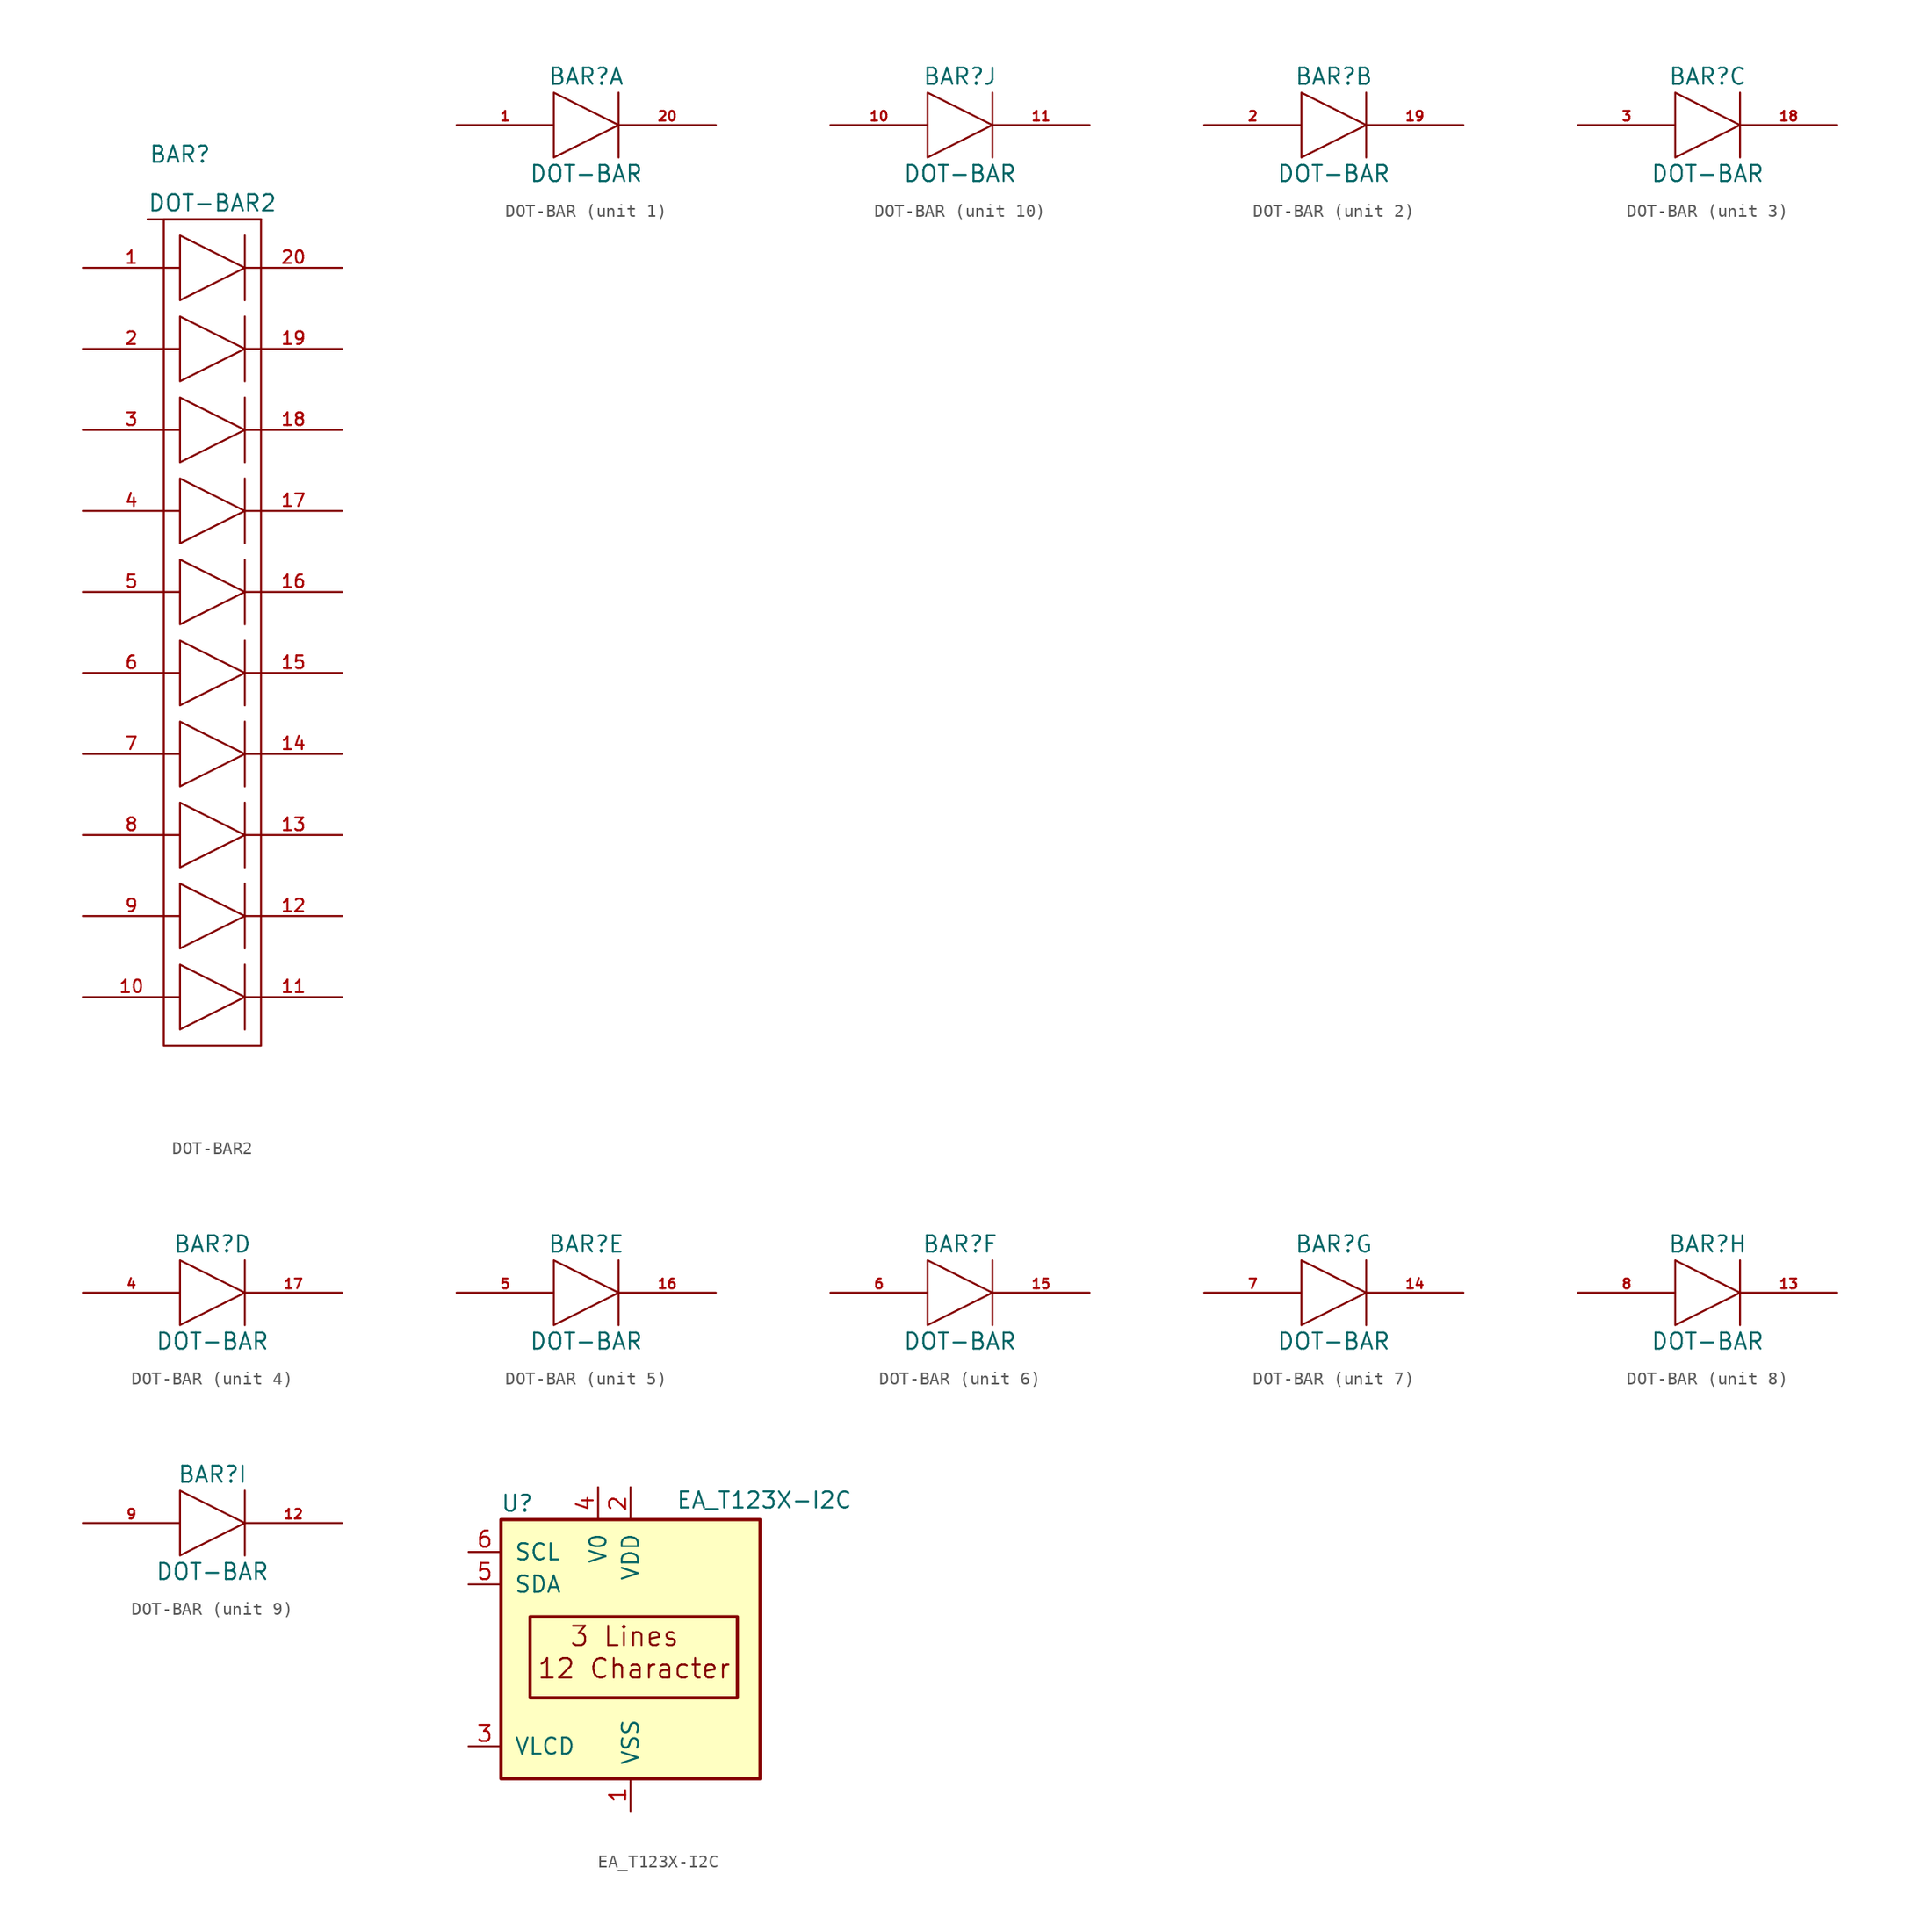
<source format=kicad_sym>
(kicad_symbol_lib
  (version 20231120)
  (generator "kicad_symbol_editor")
  (generator_version "8.0")
  (symbol "DOT-BAR2"
    (pin_names
      (offset 1.016) hide)
    (property "Reference" "BAR"
      (at -2.54 36.83 0)
      (effects (font (size 1.27 1.27))))
    (property "Value" "DOT-BAR2"
      (at 0 33.02 0)
      (effects (font (size 1.27 1.27))))
    (symbol "DOT-BAR2_0_1"
      (rectangle (start -5.08 31.75) (end 3.81 31.75) (stroke (width 0) (type default)) (fill (type none)))
      (rectangle (start -3.81 31.75) (end 3.81 -33.02) (stroke (width 0) (type default)) (fill (type none)))
      (polyline (pts (xy 2.54 -31.75) (xy 2.54 -26.67) (xy 2.54 -26.67)) (stroke (width 0) (type default)) (fill (type none)))
      (polyline (pts (xy 2.54 -25.4) (xy 2.54 -20.32) (xy 2.54 -20.32)) (stroke (width 0) (type default)) (fill (type none)))
      (polyline (pts (xy 2.54 -19.05) (xy 2.54 -13.97) (xy 2.54 -13.97)) (stroke (width 0) (type default)) (fill (type none)))
      (polyline (pts (xy 2.54 -12.7) (xy 2.54 -7.62) (xy 2.54 -7.62)) (stroke (width 0) (type default)) (fill (type none)))
      (polyline (pts (xy 2.54 -6.35) (xy 2.54 -1.27) (xy 2.54 -1.27)) (stroke (width 0) (type default)) (fill (type none)))
      (polyline (pts (xy 2.54 0) (xy 2.54 5.08) (xy 2.54 5.08)) (stroke (width 0) (type default)) (fill (type none)))
      (polyline (pts (xy 2.54 6.35) (xy 2.54 11.43) (xy 2.54 11.43)) (stroke (width 0) (type default)) (fill (type none)))
      (polyline (pts (xy 2.54 12.7) (xy 2.54 17.78) (xy 2.54 17.78)) (stroke (width 0) (type default)) (fill (type none)))
      (polyline (pts (xy 2.54 19.05) (xy 2.54 24.13) (xy 2.54 24.13)) (stroke (width 0) (type default)) (fill (type none)))
      (polyline (pts (xy 2.54 25.4) (xy 2.54 30.48) (xy 2.54 30.48)) (stroke (width 0) (type default)) (fill (type none)))
      (polyline (pts (xy -2.54 -31.75) (xy -2.54 -26.67) (xy 2.54 -29.21) (xy -2.54 -31.75) (xy -2.54 -31.75)) (stroke (width 0) (type default)) (fill (type none)))
      (polyline (pts (xy -2.54 -25.4) (xy -2.54 -20.32) (xy 2.54 -22.86) (xy -2.54 -25.4) (xy -2.54 -25.4)) (stroke (width 0) (type default)) (fill (type none)))
      (polyline (pts (xy -2.54 -19.05) (xy -2.54 -13.97) (xy 2.54 -16.51) (xy -2.54 -19.05) (xy -2.54 -19.05)) (stroke (width 0) (type default)) (fill (type none)))
      (polyline (pts (xy -2.54 -12.7) (xy -2.54 -7.62) (xy 2.54 -10.16) (xy -2.54 -12.7) (xy -2.54 -12.7)) (stroke (width 0) (type default)) (fill (type none)))
      (polyline (pts (xy -2.54 -6.35) (xy -2.54 -1.27) (xy 2.54 -3.81) (xy -2.54 -6.35) (xy -2.54 -6.35)) (stroke (width 0) (type default)) (fill (type none)))
      (polyline (pts (xy -2.54 0) (xy -2.54 5.08) (xy 2.54 2.54) (xy -2.54 0) (xy -2.54 0)) (stroke (width 0) (type default)) (fill (type none)))
      (polyline (pts (xy -2.54 6.35) (xy -2.54 11.43) (xy 2.54 8.89) (xy -2.54 6.35) (xy -2.54 6.35)) (stroke (width 0) (type default)) (fill (type none)))
      (polyline (pts (xy -2.54 12.7) (xy -2.54 17.78) (xy 2.54 15.24) (xy -2.54 12.7) (xy -2.54 12.7)) (stroke (width 0) (type default)) (fill (type none)))
      (polyline (pts (xy -2.54 19.05) (xy -2.54 24.13) (xy 2.54 21.59) (xy -2.54 19.05) (xy -2.54 19.05)) (stroke (width 0) (type default)) (fill (type none)))
      (polyline (pts (xy -2.54 25.4) (xy -2.54 30.48) (xy 2.54 27.94) (xy -2.54 25.4) (xy -2.54 25.4)) (stroke (width 0) (type default)) (fill (type none))))
    (symbol "DOT-BAR2_1_1"
      (pin passive line (at -10.16 27.94 0) (length 7.62) (name "A" (effects (font (size 0.991 0.991)))) (number "1" (effects (font (size 0.991 0.991)))))
      (pin passive line (at -10.16 -29.21 0) (length 7.62) (name "A" (effects (font (size 0.991 0.991)))) (number "10" (effects (font (size 0.991 0.991)))))
      (pin passive line (at 10.16 -29.21 180) (length 7.62) (name "K" (effects (font (size 0.991 0.991)))) (number "11" (effects (font (size 0.991 0.991)))))
      (pin passive line (at 10.16 -22.86 180) (length 7.62) (name "K" (effects (font (size 0.991 0.991)))) (number "12" (effects (font (size 0.991 0.991)))))
      (pin passive line (at 10.16 -16.51 180) (length 7.62) (name "K" (effects (font (size 0.991 0.991)))) (number "13" (effects (font (size 0.991 0.991)))))
      (pin input line (at 10.16 -10.16 180) (length 7.62) (name "K" (effects (font (size 0.991 0.991)))) (number "14" (effects (font (size 0.991 0.991)))))
      (pin passive line (at 10.16 -3.81 180) (length 7.62) (name "K" (effects (font (size 0.991 0.991)))) (number "15" (effects (font (size 0.991 0.991)))))
      (pin passive line (at 10.16 2.54 180) (length 7.62) (name "K" (effects (font (size 0.991 0.991)))) (number "16" (effects (font (size 0.991 0.991)))))
      (pin passive line (at 10.16 8.89 180) (length 7.62) (name "K" (effects (font (size 0.991 0.991)))) (number "17" (effects (font (size 0.991 0.991)))))
      (pin passive line (at 10.16 15.24 180) (length 7.62) (name "K" (effects (font (size 0.991 0.991)))) (number "18" (effects (font (size 0.991 0.991)))))
      (pin passive line (at 10.16 21.59 180) (length 7.62) (name "K" (effects (font (size 0.991 0.991)))) (number "19" (effects (font (size 0.991 0.991)))))
      (pin passive line (at -10.16 21.59 0) (length 7.62) (name "A" (effects (font (size 0.991 0.991)))) (number "2" (effects (font (size 0.991 0.991)))))
      (pin passive line (at 10.16 27.94 180) (length 7.62) (name "K" (effects (font (size 0.991 0.991)))) (number "20" (effects (font (size 0.991 0.991)))))
      (pin passive line (at -10.16 15.24 0) (length 7.62) (name "A" (effects (font (size 0.991 0.991)))) (number "3" (effects (font (size 0.991 0.991)))))
      (pin passive line (at -10.16 8.89 0) (length 7.62) (name "A" (effects (font (size 0.991 0.991)))) (number "4" (effects (font (size 0.991 0.991)))))
      (pin passive line (at -10.16 2.54 0) (length 7.62) (name "A" (effects (font (size 0.991 0.991)))) (number "5" (effects (font (size 0.991 0.991)))))
      (pin passive line (at -10.16 -3.81 0) (length 7.62) (name "A" (effects (font (size 0.991 0.991)))) (number "6" (effects (font (size 0.991 0.991)))))
      (pin input line (at -10.16 -10.16 0) (length 7.62) (name "A" (effects (font (size 0.991 0.991)))) (number "7" (effects (font (size 0.991 0.991)))))
      (pin passive line (at -10.16 -16.51 0) (length 7.62) (name "A" (effects (font (size 0.991 0.991)))) (number "8" (effects (font (size 0.991 0.991)))))
      (pin passive line (at -10.16 -22.86 0) (length 7.62) (name "A" (effects (font (size 0.991 0.991)))) (number "9" (effects (font (size 0.991 0.991)))))))
  (symbol "DOT-BAR"
    (pin_names
      (offset 1.016) hide)
    (property "Reference" "BAR"
      (at 0 3.81 0)
      (effects (font (size 1.27 1.27))))
    (property "Value" "DOT-BAR"
      (at 0 -3.81 0)
      (effects (font (size 1.27 1.27))))
    (symbol "DOT-BAR_0_1"
      (polyline (pts (xy 2.54 -2.54) (xy 2.54 2.54) (xy 2.54 2.54)) (stroke (width 0) (type default)) (fill (type none)))
      (polyline (pts (xy -2.54 -2.54) (xy -2.54 2.54) (xy 2.54 0) (xy -2.54 -2.54) (xy -2.54 -2.54)) (stroke (width 0) (type default)) (fill (type none))))
    (symbol "DOT-BAR_1_1"
      (pin passive line (at -10.16 0 0) (length 7.62) (name "A" (effects (font (size 0.762 0.762)))) (number "1" (effects (font (size 0.762 0.762)))))
      (pin passive line (at 10.16 0 180) (length 7.62) (name "K" (effects (font (size 0.762 0.762)))) (number "20" (effects (font (size 0.762 0.762))))))
    (symbol "DOT-BAR_2_1"
      (pin passive line (at 10.16 0 180) (length 7.62) (name "K" (effects (font (size 0.762 0.762)))) (number "19" (effects (font (size 0.762 0.762)))))
      (pin passive line (at -10.16 0 0) (length 7.62) (name "A" (effects (font (size 0.762 0.762)))) (number "2" (effects (font (size 0.762 0.762))))))
    (symbol "DOT-BAR_3_1"
      (pin passive line (at 10.16 0 180) (length 7.62) (name "K" (effects (font (size 0.762 0.762)))) (number "18" (effects (font (size 0.762 0.762)))))
      (pin passive line (at -10.16 0 0) (length 7.62) (name "A" (effects (font (size 0.762 0.762)))) (number "3" (effects (font (size 0.762 0.762))))))
    (symbol "DOT-BAR_4_1"
      (pin passive line (at 10.16 0 180) (length 7.62) (name "K" (effects (font (size 0.762 0.762)))) (number "17" (effects (font (size 0.762 0.762)))))
      (pin passive line (at -10.16 0 0) (length 7.62) (name "A" (effects (font (size 0.762 0.762)))) (number "4" (effects (font (size 0.762 0.762))))))
    (symbol "DOT-BAR_5_1"
      (pin passive line (at 10.16 0 180) (length 7.62) (name "K" (effects (font (size 0.762 0.762)))) (number "16" (effects (font (size 0.762 0.762)))))
      (pin passive line (at -10.16 0 0) (length 7.62) (name "A" (effects (font (size 0.762 0.762)))) (number "5" (effects (font (size 0.762 0.762))))))
    (symbol "DOT-BAR_6_1"
      (pin passive line (at 10.16 0 180) (length 7.62) (name "K" (effects (font (size 0.762 0.762)))) (number "15" (effects (font (size 0.762 0.762)))))
      (pin passive line (at -10.16 0 0) (length 7.62) (name "A" (effects (font (size 0.762 0.762)))) (number "6" (effects (font (size 0.762 0.762))))))
    (symbol "DOT-BAR_7_1"
      (pin passive line (at 10.16 0 180) (length 7.62) (name "K" (effects (font (size 0.762 0.762)))) (number "14" (effects (font (size 0.762 0.762)))))
      (pin passive line (at -10.16 0 0) (length 7.62) (name "A" (effects (font (size 0.762 0.762)))) (number "7" (effects (font (size 0.762 0.762))))))
    (symbol "DOT-BAR_8_1"
      (pin passive line (at 10.16 0 180) (length 7.62) (name "K" (effects (font (size 0.762 0.762)))) (number "13" (effects (font (size 0.762 0.762)))))
      (pin passive line (at -10.16 0 0) (length 7.62) (name "A" (effects (font (size 0.762 0.762)))) (number "8" (effects (font (size 0.762 0.762))))))
    (symbol "DOT-BAR_9_1"
      (pin passive line (at 10.16 0 180) (length 7.62) (name "K" (effects (font (size 0.762 0.762)))) (number "12" (effects (font (size 0.762 0.762)))))
      (pin passive line (at -10.16 0 0) (length 7.62) (name "A" (effects (font (size 0.762 0.762)))) (number "9" (effects (font (size 0.762 0.762))))))
    (symbol "DOT-BAR_10_1"
      (pin passive line (at -10.16 0 0) (length 7.62) (name "A" (effects (font (size 0.762 0.762)))) (number "10" (effects (font (size 0.762 0.762)))))
      (pin passive line (at 10.16 0 180) (length 7.62) (name "K" (effects (font (size 0.762 0.762)))) (number "11" (effects (font (size 0.762 0.762)))))))
  (symbol "EA_T123X-I2C"
    (pin_names
      (offset 1.016))
    (property "Reference" "U"
      (at -8.89 11.43 0)
      (effects (font (size 1.27 1.27))))
    (property "Value" "EA_T123X-I2C"
      (at 3.556 11.684 0)
      (effects (font (size 1.27 1.27)) (justify left)))
    (symbol "EA_T123X-I2C_0_0"
      (rectangle (start -7.874 2.54) (end 8.382 -3.81) (stroke (width 0.254) (type default)) (fill (type none)))
      (text "12 Character" (at -7.366 -1.524 0) (effects (font (size 1.524 1.524)) (justify left)))
      (text "3 Lines" (at -4.826 1.016 0) (effects (font (size 1.524 1.524)) (justify left))))
    (symbol "EA_T123X-I2C_0_1"
      (rectangle (start -10.16 10.16) (end 10.16 -10.16) (stroke (width 0.254) (type default)) (fill (type background))))
    (symbol "EA_T123X-I2C_1_1"
      (pin power_in line (at 0 -12.7 90) (length 2.54) (name "VSS" (effects (font (size 1.27 1.27)))) (number "1" (effects (font (size 1.27 1.27)))))
      (pin power_in line (at 0 12.7 270) (length 2.54) (name "VDD" (effects (font (size 1.27 1.27)))) (number "2" (effects (font (size 1.27 1.27)))))
      (pin input line (at -12.7 -7.62 0) (length 2.54) (name "VLCD" (effects (font (size 1.27 1.27)))) (number "3" (effects (font (size 1.27 1.27)))))
      (pin power_in line (at -2.54 12.7 270) (length 2.54) (name "V0" (effects (font (size 1.27 1.27)))) (number "4" (effects (font (size 1.27 1.27)))))
      (pin bidirectional line (at -12.7 5.08 0) (length 2.54) (name "SDA" (effects (font (size 1.27 1.27)))) (number "5" (effects (font (size 1.27 1.27)))))
      (pin input line (at -12.7 7.62 0) (length 2.54) (name "SCL" (effects (font (size 1.27 1.27)))) (number "6" (effects (font (size 1.27 1.27))))))))
</source>
